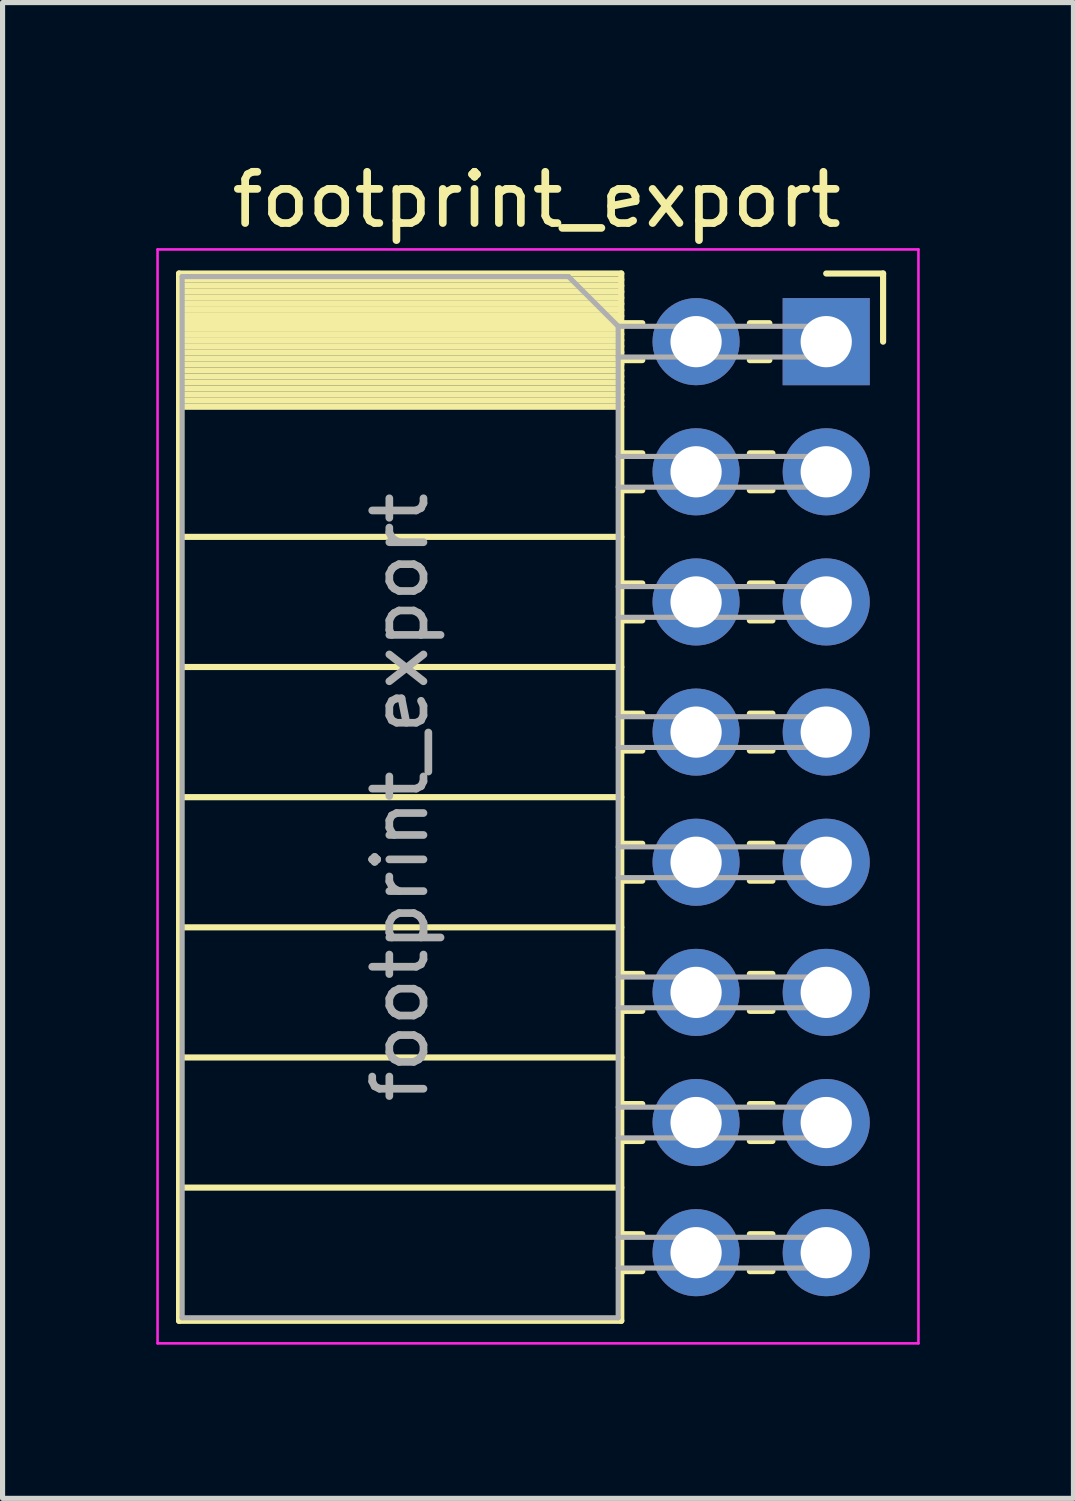
<source format=kicad_pcb>
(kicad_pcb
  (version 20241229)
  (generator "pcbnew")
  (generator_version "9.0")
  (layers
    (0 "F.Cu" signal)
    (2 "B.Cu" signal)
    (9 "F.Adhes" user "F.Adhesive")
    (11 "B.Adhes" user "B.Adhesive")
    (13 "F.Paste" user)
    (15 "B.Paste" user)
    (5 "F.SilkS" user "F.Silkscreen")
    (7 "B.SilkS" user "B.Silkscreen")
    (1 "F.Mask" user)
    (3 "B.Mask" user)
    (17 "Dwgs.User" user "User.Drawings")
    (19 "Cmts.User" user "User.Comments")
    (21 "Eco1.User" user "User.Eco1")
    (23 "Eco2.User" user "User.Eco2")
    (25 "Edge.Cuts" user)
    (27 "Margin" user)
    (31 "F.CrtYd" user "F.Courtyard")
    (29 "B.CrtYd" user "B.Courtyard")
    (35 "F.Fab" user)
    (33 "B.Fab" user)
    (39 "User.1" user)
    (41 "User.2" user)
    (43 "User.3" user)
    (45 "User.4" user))
  (footprint "footprint_export"
    (layer "F.Cu")
    (at 13.075 3.618)
    (property "Reference" "footprint_export" (at -5.65 -2.77 0) (layer "F.SilkS") (effects (font (size 1 1) (thickness 0.15))))
    (attr through_hole)
    (fp_line (start -12.63 -1.33) (end -12.63 19.11) (stroke (width 0.12) (type solid)) (layer "F.SilkS"))
    (fp_line (start -12.63 -1.33) (end -4 -1.33) (stroke (width 0.12) (type solid)) (layer "F.SilkS"))
    (fp_line (start -12.63 -1.21) (end -4 -1.21) (stroke (width 0.12) (type solid)) (layer "F.SilkS"))
    (fp_line (start -12.63 -1.092) (end -4 -1.092) (stroke (width 0.12) (type solid)) (layer "F.SilkS"))
    (fp_line (start -12.63 -0.974) (end -4 -0.974) (stroke (width 0.12) (type solid)) (layer "F.SilkS"))
    (fp_line (start -12.63 -0.856) (end -4 -0.856) (stroke (width 0.12) (type solid)) (layer "F.SilkS"))
    (fp_line (start -12.63 -0.738) (end -4 -0.738) (stroke (width 0.12) (type solid)) (layer "F.SilkS"))
    (fp_line (start -12.63 -0.62) (end -4 -0.62) (stroke (width 0.12) (type solid)) (layer "F.SilkS"))
    (fp_line (start -12.63 -0.501) (end -4 -0.501) (stroke (width 0.12) (type solid)) (layer "F.SilkS"))
    (fp_line (start -12.63 -0.383) (end -4 -0.383) (stroke (width 0.12) (type solid)) (layer "F.SilkS"))
    (fp_line (start -12.63 -0.265) (end -4 -0.265) (stroke (width 0.12) (type solid)) (layer "F.SilkS"))
    (fp_line (start -12.63 -0.147) (end -4 -0.147) (stroke (width 0.12) (type solid)) (layer "F.SilkS"))
    (fp_line (start -12.63 -0.029) (end -4 -0.029) (stroke (width 0.12) (type solid)) (layer "F.SilkS"))
    (fp_line (start -12.63 0.089) (end -4 0.089) (stroke (width 0.12) (type solid)) (layer "F.SilkS"))
    (fp_line (start -12.63 0.207) (end -4 0.207) (stroke (width 0.12) (type solid)) (layer "F.SilkS"))
    (fp_line (start -12.63 0.325) (end -4 0.325) (stroke (width 0.12) (type solid)) (layer "F.SilkS"))
    (fp_line (start -12.63 0.443) (end -4 0.443) (stroke (width 0.12) (type solid)) (layer "F.SilkS"))
    (fp_line (start -12.63 0.561) (end -4 0.561) (stroke (width 0.12) (type solid)) (layer "F.SilkS"))
    (fp_line (start -12.63 0.68) (end -4 0.68) (stroke (width 0.12) (type solid)) (layer "F.SilkS"))
    (fp_line (start -12.63 0.798) (end -4 0.798) (stroke (width 0.12) (type solid)) (layer "F.SilkS"))
    (fp_line (start -12.63 0.916) (end -4 0.916) (stroke (width 0.12) (type solid)) (layer "F.SilkS"))
    (fp_line (start -12.63 1.034) (end -4 1.034) (stroke (width 0.12) (type solid)) (layer "F.SilkS"))
    (fp_line (start -12.63 1.152) (end -4 1.152) (stroke (width 0.12) (type solid)) (layer "F.SilkS"))
    (fp_line (start -12.63 1.27) (end -4 1.27) (stroke (width 0.12) (type solid)) (layer "F.SilkS"))
    (fp_line (start -12.63 3.81) (end -4 3.81) (stroke (width 0.12) (type solid)) (layer "F.SilkS"))
    (fp_line (start -12.63 6.35) (end -4 6.35) (stroke (width 0.12) (type solid)) (layer "F.SilkS"))
    (fp_line (start -12.63 8.89) (end -4 8.89) (stroke (width 0.12) (type solid)) (layer "F.SilkS"))
    (fp_line (start -12.63 11.43) (end -4 11.43) (stroke (width 0.12) (type solid)) (layer "F.SilkS"))
    (fp_line (start -12.63 13.97) (end -4 13.97) (stroke (width 0.12) (type solid)) (layer "F.SilkS"))
    (fp_line (start -12.63 16.51) (end -4 16.51) (stroke (width 0.12) (type solid)) (layer "F.SilkS"))
    (fp_line (start -12.63 19.11) (end -4 19.11) (stroke (width 0.12) (type solid)) (layer "F.SilkS"))
    (fp_line (start -4 -1.33) (end -4 19.11) (stroke (width 0.12) (type solid)) (layer "F.SilkS"))
    (fp_line (start -4 -0.36) (end -3.59 -0.36) (stroke (width 0.12) (type solid)) (layer "F.SilkS"))
    (fp_line (start -4 0.36) (end -3.59 0.36) (stroke (width 0.12) (type solid)) (layer "F.SilkS"))
    (fp_line (start -4 2.18) (end -3.59 2.18) (stroke (width 0.12) (type solid)) (layer "F.SilkS"))
    (fp_line (start -4 2.9) (end -3.59 2.9) (stroke (width 0.12) (type solid)) (layer "F.SilkS"))
    (fp_line (start -4 4.72) (end -3.59 4.72) (stroke (width 0.12) (type solid)) (layer "F.SilkS"))
    (fp_line (start -4 5.44) (end -3.59 5.44) (stroke (width 0.12) (type solid)) (layer "F.SilkS"))
    (fp_line (start -4 7.26) (end -3.59 7.26) (stroke (width 0.12) (type solid)) (layer "F.SilkS"))
    (fp_line (start -4 7.98) (end -3.59 7.98) (stroke (width 0.12) (type solid)) (layer "F.SilkS"))
    (fp_line (start -4 9.8) (end -3.59 9.8) (stroke (width 0.12) (type solid)) (layer "F.SilkS"))
    (fp_line (start -4 10.52) (end -3.59 10.52) (stroke (width 0.12) (type solid)) (layer "F.SilkS"))
    (fp_line (start -4 12.34) (end -3.59 12.34) (stroke (width 0.12) (type solid)) (layer "F.SilkS"))
    (fp_line (start -4 13.06) (end -3.59 13.06) (stroke (width 0.12) (type solid)) (layer "F.SilkS"))
    (fp_line (start -4 14.88) (end -3.59 14.88) (stroke (width 0.12) (type solid)) (layer "F.SilkS"))
    (fp_line (start -4 15.6) (end -3.59 15.6) (stroke (width 0.12) (type solid)) (layer "F.SilkS"))
    (fp_line (start -4 17.42) (end -3.59 17.42) (stroke (width 0.12) (type solid)) (layer "F.SilkS"))
    (fp_line (start -4 18.14) (end -3.59 18.14) (stroke (width 0.12) (type solid)) (layer "F.SilkS"))
    (fp_line (start -1.49 -0.36) (end -1.11 -0.36) (stroke (width 0.12) (type solid)) (layer "F.SilkS"))
    (fp_line (start -1.49 0.36) (end -1.11 0.36) (stroke (width 0.12) (type solid)) (layer "F.SilkS"))
    (fp_line (start -1.49 2.18) (end -1.05 2.18) (stroke (width 0.12) (type solid)) (layer "F.SilkS"))
    (fp_line (start -1.49 2.9) (end -1.05 2.9) (stroke (width 0.12) (type solid)) (layer "F.SilkS"))
    (fp_line (start -1.49 4.72) (end -1.05 4.72) (stroke (width 0.12) (type solid)) (layer "F.SilkS"))
    (fp_line (start -1.49 5.44) (end -1.05 5.44) (stroke (width 0.12) (type solid)) (layer "F.SilkS"))
    (fp_line (start -1.49 7.26) (end -1.05 7.26) (stroke (width 0.12) (type solid)) (layer "F.SilkS"))
    (fp_line (start -1.49 7.98) (end -1.05 7.98) (stroke (width 0.12) (type solid)) (layer "F.SilkS"))
    (fp_line (start -1.49 9.8) (end -1.05 9.8) (stroke (width 0.12) (type solid)) (layer "F.SilkS"))
    (fp_line (start -1.49 10.52) (end -1.05 10.52) (stroke (width 0.12) (type solid)) (layer "F.SilkS"))
    (fp_line (start -1.49 12.34) (end -1.05 12.34) (stroke (width 0.12) (type solid)) (layer "F.SilkS"))
    (fp_line (start -1.49 13.06) (end -1.05 13.06) (stroke (width 0.12) (type solid)) (layer "F.SilkS"))
    (fp_line (start -1.49 14.88) (end -1.05 14.88) (stroke (width 0.12) (type solid)) (layer "F.SilkS"))
    (fp_line (start -1.49 15.6) (end -1.05 15.6) (stroke (width 0.12) (type solid)) (layer "F.SilkS"))
    (fp_line (start -1.49 17.42) (end -1.05 17.42) (stroke (width 0.12) (type solid)) (layer "F.SilkS"))
    (fp_line (start -1.49 18.14) (end -1.05 18.14) (stroke (width 0.12) (type solid)) (layer "F.SilkS"))
    (fp_line (start 0 -1.33) (end 1.11 -1.33) (stroke (width 0.12) (type solid)) (layer "F.SilkS"))
    (fp_line (start 1.11 -1.33) (end 1.11 0) (stroke (width 0.12) (type solid)) (layer "F.SilkS"))
    (fp_line (start -13.05 -1.8) (end -13.05 19.55) (stroke (width 0.05) (type solid)) (layer "F.CrtYd"))
    (fp_line (start -13.05 19.55) (end 1.8 19.55) (stroke (width 0.05) (type solid)) (layer "F.CrtYd"))
    (fp_line (start 1.8 -1.8) (end -13.05 -1.8) (stroke (width 0.05) (type solid)) (layer "F.CrtYd"))
    (fp_line (start 1.8 19.55) (end 1.8 -1.8) (stroke (width 0.05) (type solid)) (layer "F.CrtYd"))
    (fp_line (start -12.57 -1.27) (end -5.03 -1.27) (stroke (width 0.1) (type solid)) (layer "F.Fab"))
    (fp_line (start -12.57 19.05) (end -12.57 -1.27) (stroke (width 0.1) (type solid)) (layer "F.Fab"))
    (fp_line (start -5.03 -1.27) (end -4.06 -0.3) (stroke (width 0.1) (type solid)) (layer "F.Fab"))
    (fp_line (start -4.06 -0.3) (end -4.06 19.05) (stroke (width 0.1) (type solid)) (layer "F.Fab"))
    (fp_line (start -4.06 0.3) (end 0 0.3) (stroke (width 0.1) (type solid)) (layer "F.Fab"))
    (fp_line (start -4.06 2.84) (end 0 2.84) (stroke (width 0.1) (type solid)) (layer "F.Fab"))
    (fp_line (start -4.06 5.38) (end 0 5.38) (stroke (width 0.1) (type solid)) (layer "F.Fab"))
    (fp_line (start -4.06 7.92) (end 0 7.92) (stroke (width 0.1) (type solid)) (layer "F.Fab"))
    (fp_line (start -4.06 10.46) (end 0 10.46) (stroke (width 0.1) (type solid)) (layer "F.Fab"))
    (fp_line (start -4.06 13) (end 0 13) (stroke (width 0.1) (type solid)) (layer "F.Fab"))
    (fp_line (start -4.06 15.54) (end 0 15.54) (stroke (width 0.1) (type solid)) (layer "F.Fab"))
    (fp_line (start -4.06 18.08) (end 0 18.08) (stroke (width 0.1) (type solid)) (layer "F.Fab"))
    (fp_line (start -4.06 19.05) (end -12.57 19.05) (stroke (width 0.1) (type solid)) (layer "F.Fab"))
    (fp_line (start 0 -0.3) (end -4.06 -0.3) (stroke (width 0.1) (type solid)) (layer "F.Fab"))
    (fp_line (start 0 0.3) (end 0 -0.3) (stroke (width 0.1) (type solid)) (layer "F.Fab"))
    (fp_line (start 0 2.24) (end -4.06 2.24) (stroke (width 0.1) (type solid)) (layer "F.Fab"))
    (fp_line (start 0 2.84) (end 0 2.24) (stroke (width 0.1) (type solid)) (layer "F.Fab"))
    (fp_line (start 0 4.78) (end -4.06 4.78) (stroke (width 0.1) (type solid)) (layer "F.Fab"))
    (fp_line (start 0 5.38) (end 0 4.78) (stroke (width 0.1) (type solid)) (layer "F.Fab"))
    (fp_line (start 0 7.32) (end -4.06 7.32) (stroke (width 0.1) (type solid)) (layer "F.Fab"))
    (fp_line (start 0 7.92) (end 0 7.32) (stroke (width 0.1) (type solid)) (layer "F.Fab"))
    (fp_line (start 0 9.86) (end -4.06 9.86) (stroke (width 0.1) (type solid)) (layer "F.Fab"))
    (fp_line (start 0 10.46) (end 0 9.86) (stroke (width 0.1) (type solid)) (layer "F.Fab"))
    (fp_line (start 0 12.4) (end -4.06 12.4) (stroke (width 0.1) (type solid)) (layer "F.Fab"))
    (fp_line (start 0 13) (end 0 12.4) (stroke (width 0.1) (type solid)) (layer "F.Fab"))
    (fp_line (start 0 14.94) (end -4.06 14.94) (stroke (width 0.1) (type solid)) (layer "F.Fab"))
    (fp_line (start 0 15.54) (end 0 14.94) (stroke (width 0.1) (type solid)) (layer "F.Fab"))
    (fp_line (start 0 17.48) (end -4.06 17.48) (stroke (width 0.1) (type solid)) (layer "F.Fab"))
    (fp_line (start 0 18.08) (end 0 17.48) (stroke (width 0.1) (type solid)) (layer "F.Fab"))
    (fp_text user "${REFERENCE}" (at -8.315 8.89 90) (layer "F.Fab") (effects (font (size 1 1) (thickness 0.15))))
    (pad "1" thru_hole rect (at 0 0) (size 1.7 1.7) (drill 1) (layers "*.Cu" "*.Mask"))
    (pad "2" thru_hole oval (at -2.54 0) (size 1.7 1.7) (drill 1) (layers "*.Cu" "*.Mask"))
    (pad "3" thru_hole oval (at 0 2.54) (size 1.7 1.7) (drill 1) (layers "*.Cu" "*.Mask"))
    (pad "4" thru_hole oval (at -2.54 2.54) (size 1.7 1.7) (drill 1) (layers "*.Cu" "*.Mask"))
    (pad "5" thru_hole oval (at 0 5.08) (size 1.7 1.7) (drill 1) (layers "*.Cu" "*.Mask"))
    (pad "6" thru_hole oval (at -2.54 5.08) (size 1.7 1.7) (drill 1) (layers "*.Cu" "*.Mask"))
    (pad "7" thru_hole oval (at 0 7.62) (size 1.7 1.7) (drill 1) (layers "*.Cu" "*.Mask"))
    (pad "8" thru_hole oval (at -2.54 7.62) (size 1.7 1.7) (drill 1) (layers "*.Cu" "*.Mask"))
    (pad "9" thru_hole oval (at 0 10.16) (size 1.7 1.7) (drill 1) (layers "*.Cu" "*.Mask"))
    (pad "10" thru_hole oval (at -2.54 10.16) (size 1.7 1.7) (drill 1) (layers "*.Cu" "*.Mask"))
    (pad "11" thru_hole oval (at 0 12.7) (size 1.7 1.7) (drill 1) (layers "*.Cu" "*.Mask"))
    (pad "12" thru_hole oval (at -2.54 12.7) (size 1.7 1.7) (drill 1) (layers "*.Cu" "*.Mask"))
    (pad "13" thru_hole oval (at 0 15.24) (size 1.7 1.7) (drill 1) (layers "*.Cu" "*.Mask"))
    (pad "14" thru_hole oval (at -2.54 15.24) (size 1.7 1.7) (drill 1) (layers "*.Cu" "*.Mask"))
    (pad "15" thru_hole oval (at 0 17.78) (size 1.7 1.7) (drill 1) (layers "*.Cu" "*.Mask"))
    (pad "16" thru_hole oval (at -2.54 17.78) (size 1.7 1.7) (drill 1) (layers "*.Cu" "*.Mask")))
  (gr_rect
    (start -3 -3)
    (end 17.9 26.193)
    (stroke (width 0.1) (type default))
    (fill no)
    (layer "Edge.Cuts")))
</source>
